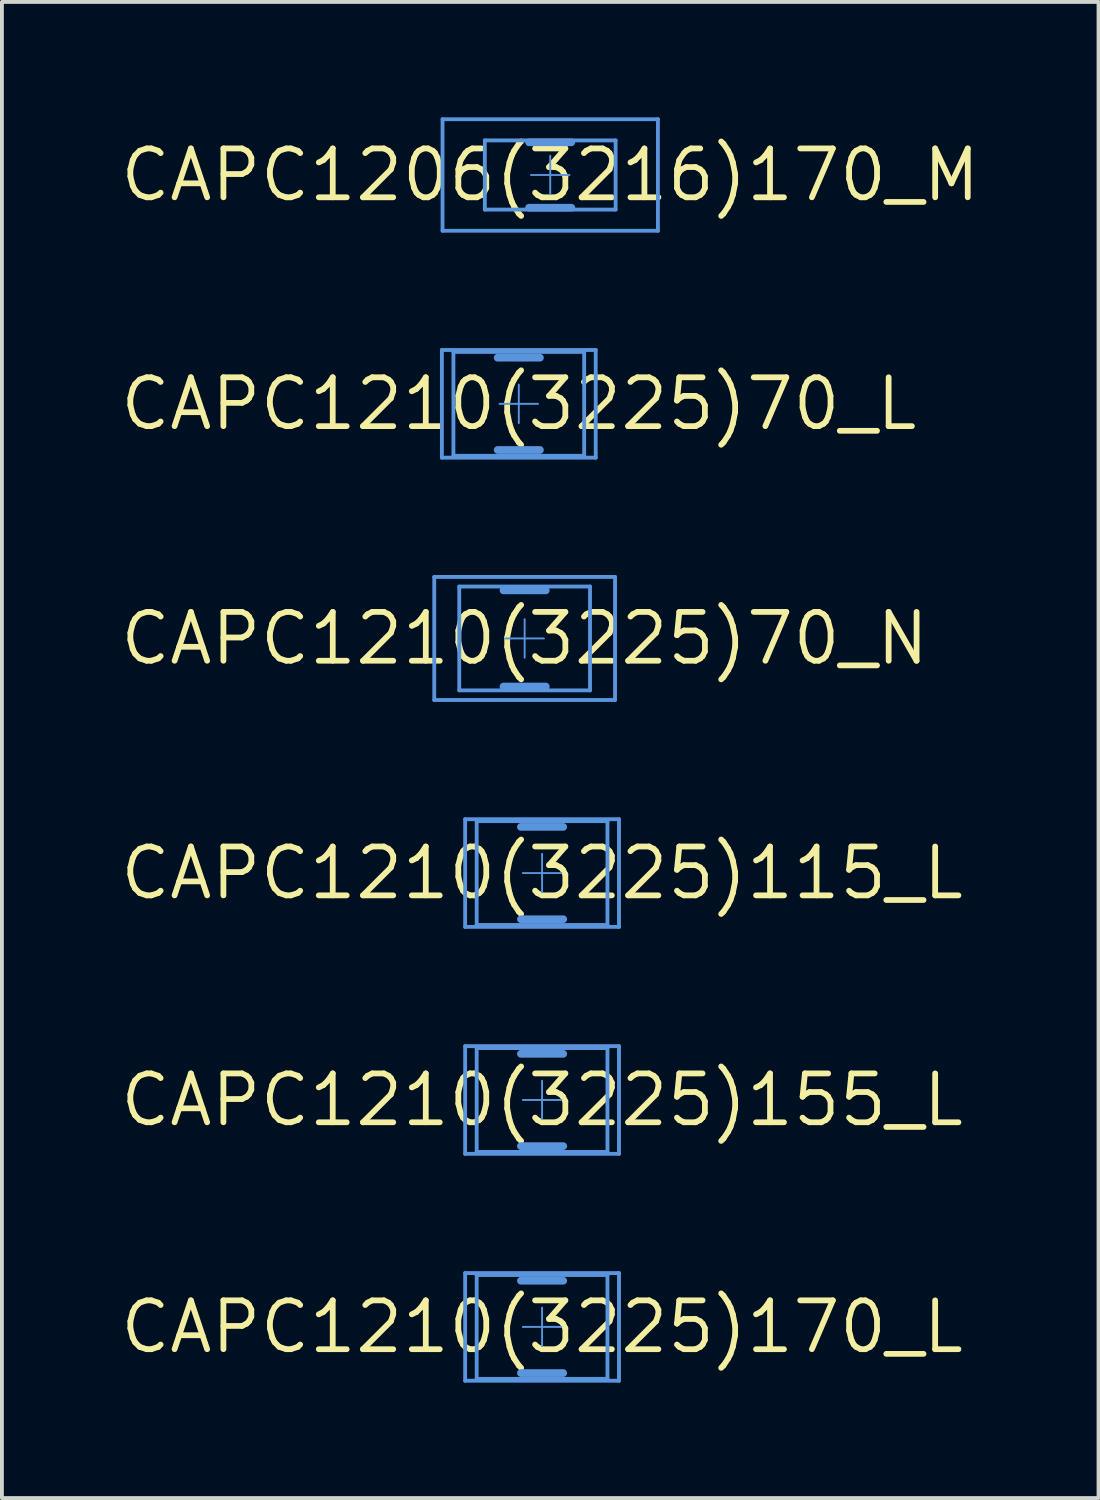
<source format=kicad_pcb>
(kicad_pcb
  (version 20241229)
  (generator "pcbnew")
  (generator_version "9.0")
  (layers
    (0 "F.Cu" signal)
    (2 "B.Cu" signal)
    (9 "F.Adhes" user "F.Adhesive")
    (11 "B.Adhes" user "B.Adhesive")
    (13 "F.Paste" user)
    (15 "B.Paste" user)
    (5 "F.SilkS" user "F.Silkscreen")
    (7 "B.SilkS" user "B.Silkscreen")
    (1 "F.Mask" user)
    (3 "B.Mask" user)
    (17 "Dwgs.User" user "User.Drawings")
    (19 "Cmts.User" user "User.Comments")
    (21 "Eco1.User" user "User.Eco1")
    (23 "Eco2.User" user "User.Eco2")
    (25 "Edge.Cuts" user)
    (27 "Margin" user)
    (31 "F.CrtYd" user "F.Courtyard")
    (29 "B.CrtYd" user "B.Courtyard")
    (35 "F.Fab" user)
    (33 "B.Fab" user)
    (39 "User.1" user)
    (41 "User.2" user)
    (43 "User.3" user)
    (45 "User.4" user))
  (footprint "CAPC1210(3225)170_L"
    (layer "F.Cu")
    (at 11.044 31.45)
    (property "Reference" "CAPC1210(3225)170_L" (at 0 0 0) (layer "F.SilkS") (effects (font (size 1.27 1.27) (thickness 0.15))))
    (attr through_hole)
    (fp_line (start -2 -1.4) (end 2 -1.4) (stroke (width 0.05) (type solid)) (layer "Cmts.User"))
    (fp_line (start -2 -1.4) (end 2 -1.4) (stroke (width 0.1) (type solid)) (layer "Cmts.User"))
    (fp_line (start -2 1.4) (end -2 -1.4) (stroke (width 0.05) (type solid)) (layer "Cmts.User"))
    (fp_line (start -2 1.4) (end -2 -1.4) (stroke (width 0.1) (type solid)) (layer "Cmts.User"))
    (fp_line (start -2 1.4) (end 2 1.4) (stroke (width 0.05) (type solid)) (layer "Cmts.User"))
    (fp_line (start -2 1.4) (end 2 1.4) (stroke (width 0.1) (type solid)) (layer "Cmts.User"))
    (fp_line (start -1.7 -1.35) (end 1.7 -1.35) (stroke (width 0.1) (type solid)) (layer "Cmts.User"))
    (fp_line (start -1.7 1.35) (end -1.7 -1.35) (stroke (width 0.1) (type solid)) (layer "Cmts.User"))
    (fp_line (start -1.7 1.35) (end 1.7 1.35) (stroke (width 0.1) (type solid)) (layer "Cmts.User"))
    (fp_line (start -0.55 -1.2) (end 0.55 -1.2) (stroke (width 0.2) (type solid)) (layer "Cmts.User"))
    (fp_line (start -0.55 1.2) (end 0.55 1.2) (stroke (width 0.2) (type solid)) (layer "Cmts.User"))
    (fp_line (start -0.5 0) (end 0.5 0) (stroke (width 0.05) (type solid)) (layer "Cmts.User"))
    (fp_line (start 0 0.5) (end 0 -0.5) (stroke (width 0.05) (type solid)) (layer "Cmts.User"))
    (fp_line (start 1.7 1.35) (end 1.7 -1.35) (stroke (width 0.1) (type solid)) (layer "Cmts.User"))
    (fp_line (start 2 1.4) (end 2 -1.4) (stroke (width 0.05) (type solid)) (layer "Cmts.User"))
    (fp_line (start 2 1.4) (end 2 -1.4) (stroke (width 0.1) (type solid)) (layer "Cmts.User")))
  (footprint "CAPC1210(3225)155_L"
    (layer "F.Cu")
    (at 11.044 25.55)
    (property "Reference" "CAPC1210(3225)155_L" (at 0 0 0) (layer "F.SilkS") (effects (font (size 1.27 1.27) (thickness 0.15))))
    (attr through_hole)
    (fp_line (start -2 -1.4) (end 2 -1.4) (stroke (width 0.05) (type solid)) (layer "Cmts.User"))
    (fp_line (start -2 -1.4) (end 2 -1.4) (stroke (width 0.1) (type solid)) (layer "Cmts.User"))
    (fp_line (start -2 1.4) (end -2 -1.4) (stroke (width 0.05) (type solid)) (layer "Cmts.User"))
    (fp_line (start -2 1.4) (end -2 -1.4) (stroke (width 0.1) (type solid)) (layer "Cmts.User"))
    (fp_line (start -2 1.4) (end 2 1.4) (stroke (width 0.05) (type solid)) (layer "Cmts.User"))
    (fp_line (start -2 1.4) (end 2 1.4) (stroke (width 0.1) (type solid)) (layer "Cmts.User"))
    (fp_line (start -1.7 -1.35) (end 1.7 -1.35) (stroke (width 0.1) (type solid)) (layer "Cmts.User"))
    (fp_line (start -1.7 1.35) (end -1.7 -1.35) (stroke (width 0.1) (type solid)) (layer "Cmts.User"))
    (fp_line (start -1.7 1.35) (end 1.7 1.35) (stroke (width 0.1) (type solid)) (layer "Cmts.User"))
    (fp_line (start -0.55 -1.2) (end 0.55 -1.2) (stroke (width 0.2) (type solid)) (layer "Cmts.User"))
    (fp_line (start -0.55 1.2) (end 0.55 1.2) (stroke (width 0.2) (type solid)) (layer "Cmts.User"))
    (fp_line (start -0.5 0) (end 0.5 0) (stroke (width 0.05) (type solid)) (layer "Cmts.User"))
    (fp_line (start 0 0.5) (end 0 -0.5) (stroke (width 0.05) (type solid)) (layer "Cmts.User"))
    (fp_line (start 1.7 1.35) (end 1.7 -1.35) (stroke (width 0.1) (type solid)) (layer "Cmts.User"))
    (fp_line (start 2 1.4) (end 2 -1.4) (stroke (width 0.05) (type solid)) (layer "Cmts.User"))
    (fp_line (start 2 1.4) (end 2 -1.4) (stroke (width 0.1) (type solid)) (layer "Cmts.User")))
  (footprint "CAPC1210(3225)70_N"
    (layer "F.Cu")
    (at 10.591 13.55)
    (property "Reference" "CAPC1210(3225)70_N" (at 0 0 0) (layer "F.SilkS") (effects (font (size 1.27 1.27) (thickness 0.15))))
    (attr through_hole)
    (fp_line (start -2.35 -1.6) (end 2.35 -1.6) (stroke (width 0.05) (type solid)) (layer "Cmts.User"))
    (fp_line (start -2.35 -1.6) (end 2.35 -1.6) (stroke (width 0.1) (type solid)) (layer "Cmts.User"))
    (fp_line (start -2.35 1.6) (end -2.35 -1.6) (stroke (width 0.05) (type solid)) (layer "Cmts.User"))
    (fp_line (start -2.35 1.6) (end -2.35 -1.6) (stroke (width 0.1) (type solid)) (layer "Cmts.User"))
    (fp_line (start -2.35 1.6) (end 2.35 1.6) (stroke (width 0.05) (type solid)) (layer "Cmts.User"))
    (fp_line (start -2.35 1.6) (end 2.35 1.6) (stroke (width 0.1) (type solid)) (layer "Cmts.User"))
    (fp_line (start -1.7 -1.35) (end 1.7 -1.35) (stroke (width 0.1) (type solid)) (layer "Cmts.User"))
    (fp_line (start -1.7 1.35) (end -1.7 -1.35) (stroke (width 0.1) (type solid)) (layer "Cmts.User"))
    (fp_line (start -1.7 1.35) (end 1.7 1.35) (stroke (width 0.1) (type solid)) (layer "Cmts.User"))
    (fp_line (start -0.55 -1.25) (end 0.55 -1.25) (stroke (width 0.2) (type solid)) (layer "Cmts.User"))
    (fp_line (start -0.55 1.25) (end 0.55 1.25) (stroke (width 0.2) (type solid)) (layer "Cmts.User"))
    (fp_line (start -0.5 0) (end 0.5 0) (stroke (width 0.05) (type solid)) (layer "Cmts.User"))
    (fp_line (start 0 0.5) (end 0 -0.5) (stroke (width 0.05) (type solid)) (layer "Cmts.User"))
    (fp_line (start 1.7 1.35) (end 1.7 -1.35) (stroke (width 0.1) (type solid)) (layer "Cmts.User"))
    (fp_line (start 2.35 1.6) (end 2.35 -1.6) (stroke (width 0.05) (type solid)) (layer "Cmts.User"))
    (fp_line (start 2.35 1.6) (end 2.35 -1.6) (stroke (width 0.1) (type solid)) (layer "Cmts.User")))
  (footprint "CAPC1210(3225)70_L"
    (layer "F.Cu")
    (at 10.439 7.45)
    (property "Reference" "CAPC1210(3225)70_L" (at 0 0 0) (layer "F.SilkS") (effects (font (size 1.27 1.27) (thickness 0.15))))
    (attr through_hole)
    (fp_line (start -2 -1.4) (end 2 -1.4) (stroke (width 0.05) (type solid)) (layer "Cmts.User"))
    (fp_line (start -2 -1.4) (end 2 -1.4) (stroke (width 0.1) (type solid)) (layer "Cmts.User"))
    (fp_line (start -2 1.4) (end -2 -1.4) (stroke (width 0.05) (type solid)) (layer "Cmts.User"))
    (fp_line (start -2 1.4) (end -2 -1.4) (stroke (width 0.1) (type solid)) (layer "Cmts.User"))
    (fp_line (start -2 1.4) (end 2 1.4) (stroke (width 0.05) (type solid)) (layer "Cmts.User"))
    (fp_line (start -2 1.4) (end 2 1.4) (stroke (width 0.1) (type solid)) (layer "Cmts.User"))
    (fp_line (start -1.7 -1.35) (end 1.7 -1.35) (stroke (width 0.1) (type solid)) (layer "Cmts.User"))
    (fp_line (start -1.7 1.35) (end -1.7 -1.35) (stroke (width 0.1) (type solid)) (layer "Cmts.User"))
    (fp_line (start -1.7 1.35) (end 1.7 1.35) (stroke (width 0.1) (type solid)) (layer "Cmts.User"))
    (fp_line (start -0.55 -1.2) (end 0.55 -1.2) (stroke (width 0.2) (type solid)) (layer "Cmts.User"))
    (fp_line (start -0.55 1.2) (end 0.55 1.2) (stroke (width 0.2) (type solid)) (layer "Cmts.User"))
    (fp_line (start -0.5 0) (end 0.5 0) (stroke (width 0.05) (type solid)) (layer "Cmts.User"))
    (fp_line (start 0 0.5) (end 0 -0.5) (stroke (width 0.05) (type solid)) (layer "Cmts.User"))
    (fp_line (start 1.7 1.35) (end 1.7 -1.35) (stroke (width 0.1) (type solid)) (layer "Cmts.User"))
    (fp_line (start 2 1.4) (end 2 -1.4) (stroke (width 0.05) (type solid)) (layer "Cmts.User"))
    (fp_line (start 2 1.4) (end 2 -1.4) (stroke (width 0.1) (type solid)) (layer "Cmts.User")))
  (footprint "CAPC1206(3216)170_M"
    (layer "F.Cu")
    (at 11.256 1.5)
    (property "Reference" "CAPC1206(3216)170_M" (at 0 0 0) (layer "F.SilkS") (effects (font (size 1.27 1.27) (thickness 0.15))))
    (attr through_hole)
    (fp_line (start -2.8 -1.45) (end 2.8 -1.45) (stroke (width 0.05) (type solid)) (layer "Cmts.User"))
    (fp_line (start -2.8 -1.45) (end 2.8 -1.45) (stroke (width 0.1) (type solid)) (layer "Cmts.User"))
    (fp_line (start -2.8 1.45) (end -2.8 -1.45) (stroke (width 0.05) (type solid)) (layer "Cmts.User"))
    (fp_line (start -2.8 1.45) (end -2.8 -1.45) (stroke (width 0.1) (type solid)) (layer "Cmts.User"))
    (fp_line (start -2.8 1.45) (end 2.8 1.45) (stroke (width 0.05) (type solid)) (layer "Cmts.User"))
    (fp_line (start -2.8 1.45) (end 2.8 1.45) (stroke (width 0.1) (type solid)) (layer "Cmts.User"))
    (fp_line (start -1.7 -0.9) (end 1.7 -0.9) (stroke (width 0.1) (type solid)) (layer "Cmts.User"))
    (fp_line (start -1.7 0.9) (end -1.7 -0.9) (stroke (width 0.1) (type solid)) (layer "Cmts.User"))
    (fp_line (start -1.7 0.9) (end 1.7 0.9) (stroke (width 0.1) (type solid)) (layer "Cmts.User"))
    (fp_line (start -0.55 -0.85) (end 0.55 -0.85) (stroke (width 0.2) (type solid)) (layer "Cmts.User"))
    (fp_line (start -0.55 0.85) (end 0.55 0.85) (stroke (width 0.2) (type solid)) (layer "Cmts.User"))
    (fp_line (start -0.5 0) (end 0.5 0) (stroke (width 0.05) (type solid)) (layer "Cmts.User"))
    (fp_line (start 0 0.5) (end 0 -0.5) (stroke (width 0.05) (type solid)) (layer "Cmts.User"))
    (fp_line (start 1.7 0.9) (end 1.7 -0.9) (stroke (width 0.1) (type solid)) (layer "Cmts.User"))
    (fp_line (start 2.8 1.45) (end 2.8 -1.45) (stroke (width 0.05) (type solid)) (layer "Cmts.User"))
    (fp_line (start 2.8 1.45) (end 2.8 -1.45) (stroke (width 0.1) (type solid)) (layer "Cmts.User")))
  (footprint "CAPC1210(3225)115_L"
    (layer "F.Cu")
    (at 11.044 19.65)
    (property "Reference" "CAPC1210(3225)115_L" (at 0 0 0) (layer "F.SilkS") (effects (font (size 1.27 1.27) (thickness 0.15))))
    (attr through_hole)
    (fp_line (start -2 -1.4) (end 2 -1.4) (stroke (width 0.05) (type solid)) (layer "Cmts.User"))
    (fp_line (start -2 -1.4) (end 2 -1.4) (stroke (width 0.1) (type solid)) (layer "Cmts.User"))
    (fp_line (start -2 1.4) (end -2 -1.4) (stroke (width 0.05) (type solid)) (layer "Cmts.User"))
    (fp_line (start -2 1.4) (end -2 -1.4) (stroke (width 0.1) (type solid)) (layer "Cmts.User"))
    (fp_line (start -2 1.4) (end 2 1.4) (stroke (width 0.05) (type solid)) (layer "Cmts.User"))
    (fp_line (start -2 1.4) (end 2 1.4) (stroke (width 0.1) (type solid)) (layer "Cmts.User"))
    (fp_line (start -1.7 -1.35) (end 1.7 -1.35) (stroke (width 0.1) (type solid)) (layer "Cmts.User"))
    (fp_line (start -1.7 1.35) (end -1.7 -1.35) (stroke (width 0.1) (type solid)) (layer "Cmts.User"))
    (fp_line (start -1.7 1.35) (end 1.7 1.35) (stroke (width 0.1) (type solid)) (layer "Cmts.User"))
    (fp_line (start -0.55 -1.2) (end 0.55 -1.2) (stroke (width 0.2) (type solid)) (layer "Cmts.User"))
    (fp_line (start -0.55 1.2) (end 0.55 1.2) (stroke (width 0.2) (type solid)) (layer "Cmts.User"))
    (fp_line (start -0.5 0) (end 0.5 0) (stroke (width 0.05) (type solid)) (layer "Cmts.User"))
    (fp_line (start 0 0.5) (end 0 -0.5) (stroke (width 0.05) (type solid)) (layer "Cmts.User"))
    (fp_line (start 1.7 1.35) (end 1.7 -1.35) (stroke (width 0.1) (type solid)) (layer "Cmts.User"))
    (fp_line (start 2 1.4) (end 2 -1.4) (stroke (width 0.05) (type solid)) (layer "Cmts.User"))
    (fp_line (start 2 1.4) (end 2 -1.4) (stroke (width 0.1) (type solid)) (layer "Cmts.User")))
  (gr_rect
    (start -3 -3)
    (end 25.512 35.9)
    (stroke (width 0.1) (type default))
    (fill no)
    (layer "Edge.Cuts")))
</source>
